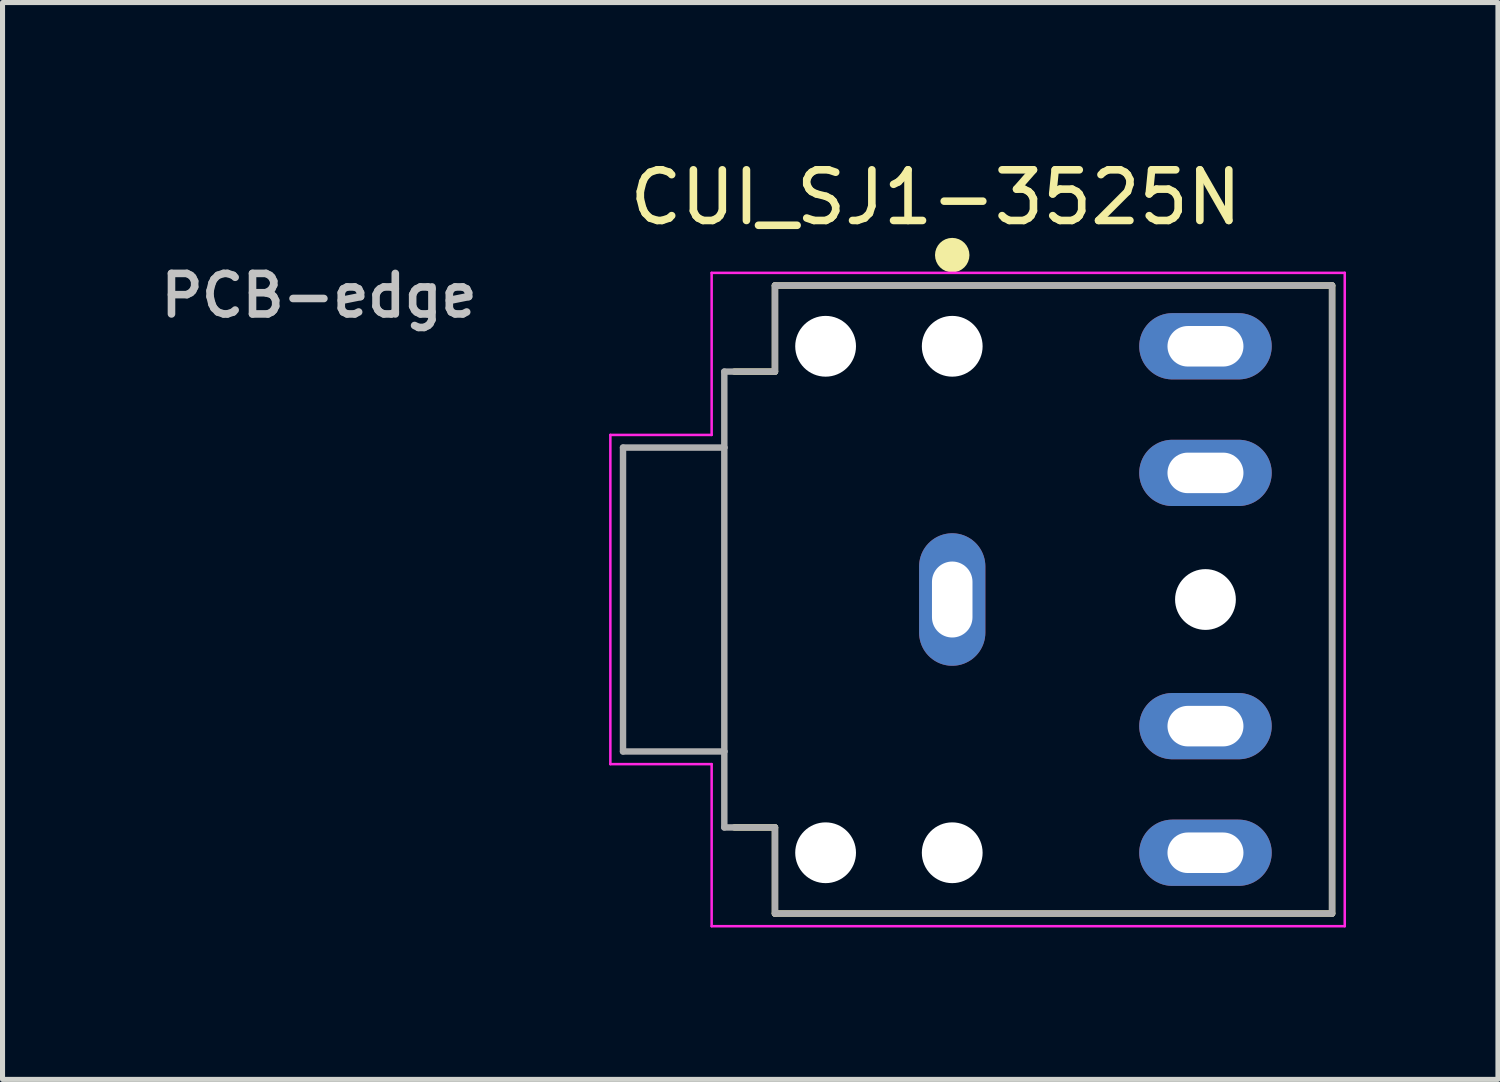
<source format=kicad_pcb>
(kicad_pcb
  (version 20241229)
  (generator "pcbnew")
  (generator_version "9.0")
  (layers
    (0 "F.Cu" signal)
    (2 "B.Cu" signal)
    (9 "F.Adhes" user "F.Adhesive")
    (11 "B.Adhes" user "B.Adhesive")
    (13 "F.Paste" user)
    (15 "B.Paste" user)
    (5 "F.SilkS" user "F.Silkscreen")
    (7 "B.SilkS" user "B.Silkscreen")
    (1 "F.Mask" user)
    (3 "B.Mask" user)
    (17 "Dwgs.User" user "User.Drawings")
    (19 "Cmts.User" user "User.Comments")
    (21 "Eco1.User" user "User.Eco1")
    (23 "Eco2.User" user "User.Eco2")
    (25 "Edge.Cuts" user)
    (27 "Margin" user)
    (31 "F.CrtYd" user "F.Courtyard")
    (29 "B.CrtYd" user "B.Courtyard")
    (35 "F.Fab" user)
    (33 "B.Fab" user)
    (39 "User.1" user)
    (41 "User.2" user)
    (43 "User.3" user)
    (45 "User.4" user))
  (footprint "CUI_SJ1-3525N"
    (layer "F.Cu")
    (at 15.751 8.787)
    (property "Reference" "CUI_SJ1-3525N" (at -0.325 -7.939 0) (layer "F.SilkS") (effects (font (size 1 1) (thickness 0.15))))
    (attr through_hole)
    (fp_line (start -3.5 -6.2) (end -3.5 -4.5) (stroke (width 0.127) (type solid)) (layer "F.SilkS"))
    (fp_line (start -3.5 -4.5) (end -4.3 -4.5) (stroke (width 0.127) (type solid)) (layer "F.SilkS"))
    (fp_line (start -3.5 4.5) (end -4.3 4.5) (stroke (width 0.127) (type solid)) (layer "F.SilkS"))
    (fp_line (start -3.5 4.5) (end -3.5 6.2) (stroke (width 0.127) (type solid)) (layer "F.SilkS"))
    (fp_line (start 7.5 -6.2) (end -3.5 -6.2) (stroke (width 0.127) (type solid)) (layer "F.SilkS"))
    (fp_line (start 7.5 -6.2) (end 7.5 6.2) (stroke (width 0.127) (type solid)) (layer "F.SilkS"))
    (fp_line (start 7.5 6.2) (end -3.5 6.2) (stroke (width 0.127) (type solid)) (layer "F.SilkS"))
    (fp_circle (center 0 -6.8) (end 0.17 -6.8) (stroke (width 0.34) (type solid)) (fill no) (layer "F.SilkS"))
    (fp_line (start -4.5 -6) (end -4.5 -2) (stroke (width 0.0001) (type solid)) (layer "Edge.Cuts"))
    (fp_line (start -4.5 -2) (end -3.3 -2) (stroke (width 0.0001) (type solid)) (layer "Edge.Cuts"))
    (fp_line (start -4.5 2) (end -4.5 6) (stroke (width 0.0001) (type solid)) (layer "Edge.Cuts"))
    (fp_line (start -3.3 -2) (end -3.3 2) (stroke (width 0.0001) (type solid)) (layer "Edge.Cuts"))
    (fp_line (start -3.3 2) (end -4.5 2) (stroke (width 0.0001) (type solid)) (layer "Edge.Cuts"))
    (fp_line (start -6.75 -3.25) (end -6.75 3.25) (stroke (width 0.05) (type solid)) (layer "F.CrtYd"))
    (fp_line (start -6.75 3.25) (end -4.75 3.25) (stroke (width 0.05) (type solid)) (layer "F.CrtYd"))
    (fp_line (start -4.75 -6.45) (end -4.75 -3.25) (stroke (width 0.05) (type solid)) (layer "F.CrtYd"))
    (fp_line (start -4.75 -6.45) (end 7.75 -6.45) (stroke (width 0.05) (type solid)) (layer "F.CrtYd"))
    (fp_line (start -4.75 -3.25) (end -6.75 -3.25) (stroke (width 0.05) (type solid)) (layer "F.CrtYd"))
    (fp_line (start -4.75 3.25) (end -4.75 6.45) (stroke (width 0.05) (type solid)) (layer "F.CrtYd"))
    (fp_line (start 7.75 -6.45) (end 7.75 6.45) (stroke (width 0.05) (type solid)) (layer "F.CrtYd"))
    (fp_line (start 7.75 6.45) (end -4.75 6.45) (stroke (width 0.05) (type solid)) (layer "F.CrtYd"))
    (fp_line (start -6.5 -3) (end -6.5 3) (stroke (width 0.127) (type solid)) (layer "F.Fab"))
    (fp_line (start -6.5 3) (end -4.5 3) (stroke (width 0.127) (type solid)) (layer "F.Fab"))
    (fp_line (start -4.5 -4.5) (end -4.5 -3) (stroke (width 0.127) (type solid)) (layer "F.Fab"))
    (fp_line (start -4.5 -3) (end -6.5 -3) (stroke (width 0.127) (type solid)) (layer "F.Fab"))
    (fp_line (start -4.5 -3) (end -4.5 3) (stroke (width 0.127) (type solid)) (layer "F.Fab"))
    (fp_line (start -4.5 3) (end -4.5 4.5) (stroke (width 0.127) (type solid)) (layer "F.Fab"))
    (fp_line (start -4.5 4.5) (end -3.5 4.5) (stroke (width 0.127) (type solid)) (layer "F.Fab"))
    (fp_line (start -3.5 -6.2) (end -3.5 -4.5) (stroke (width 0.127) (type solid)) (layer "F.Fab"))
    (fp_line (start -3.5 -4.5) (end -4.5 -4.5) (stroke (width 0.127) (type solid)) (layer "F.Fab"))
    (fp_line (start -3.5 4.5) (end -3.5 6.2) (stroke (width 0.127) (type solid)) (layer "F.Fab"))
    (fp_line (start 7.5 -6.2) (end -3.5 -6.2) (stroke (width 0.127) (type solid)) (layer "F.Fab"))
    (fp_line (start 7.5 -6.2) (end 7.5 6.2) (stroke (width 0.127) (type solid)) (layer "F.Fab"))
    (fp_line (start 7.5 6.2) (end -3.5 6.2) (stroke (width 0.127) (type solid)) (layer "F.Fab"))
    (fp_text user "PCB-edge" (at -12.501 -6.001 0) (layer "Dwgs.User") (effects (font (size 0.8 0.8) (thickness 0.15))))
    (pad "" np_thru_hole circle (at -2.5 -5) (size 1.2 1.2) (drill 1.2) (layers "*.Cu" "*.Mask"))
    (pad "" np_thru_hole circle (at -2.5 5) (size 1.2 1.2) (drill 1.2) (layers "*.Cu" "*.Mask"))
    (pad "" np_thru_hole circle (at 0 -5) (size 1.2 1.2) (drill 1.2) (layers "*.Cu" "*.Mask"))
    (pad "" np_thru_hole circle (at 0 5) (size 1.2 1.2) (drill 1.2) (layers "*.Cu" "*.Mask"))
    (pad "" np_thru_hole circle (at 5 0) (size 1.2 1.2) (drill 1.2) (layers "*.Cu" "*.Mask"))
    (pad "1" thru_hole oval (at 0 0) (size 1.308 2.616) (drill oval 0.8 1.5) (layers "*.Cu" "*.Mask"))
    (pad "2" thru_hole oval (at 5 5) (size 2.616 1.308) (drill oval 1.5 0.8) (layers "*.Cu" "*.Mask"))
    (pad "3" thru_hole oval (at 5 -5) (size 2.616 1.308) (drill oval 1.5 0.8) (layers "*.Cu" "*.Mask"))
    (pad "10" thru_hole oval (at 5 2.5) (size 2.616 1.308) (drill oval 1.5 0.8) (layers "*.Cu" "*.Mask"))
    (pad "11" thru_hole oval (at 5 -2.5) (size 2.616 1.308) (drill oval 1.5 0.8) (layers "*.Cu" "*.Mask")))
  (gr_rect
    (start -3 -3)
    (end 26.526 18.262)
    (stroke (width 0.1) (type default))
    (fill no)
    (layer "Edge.Cuts")))
</source>
